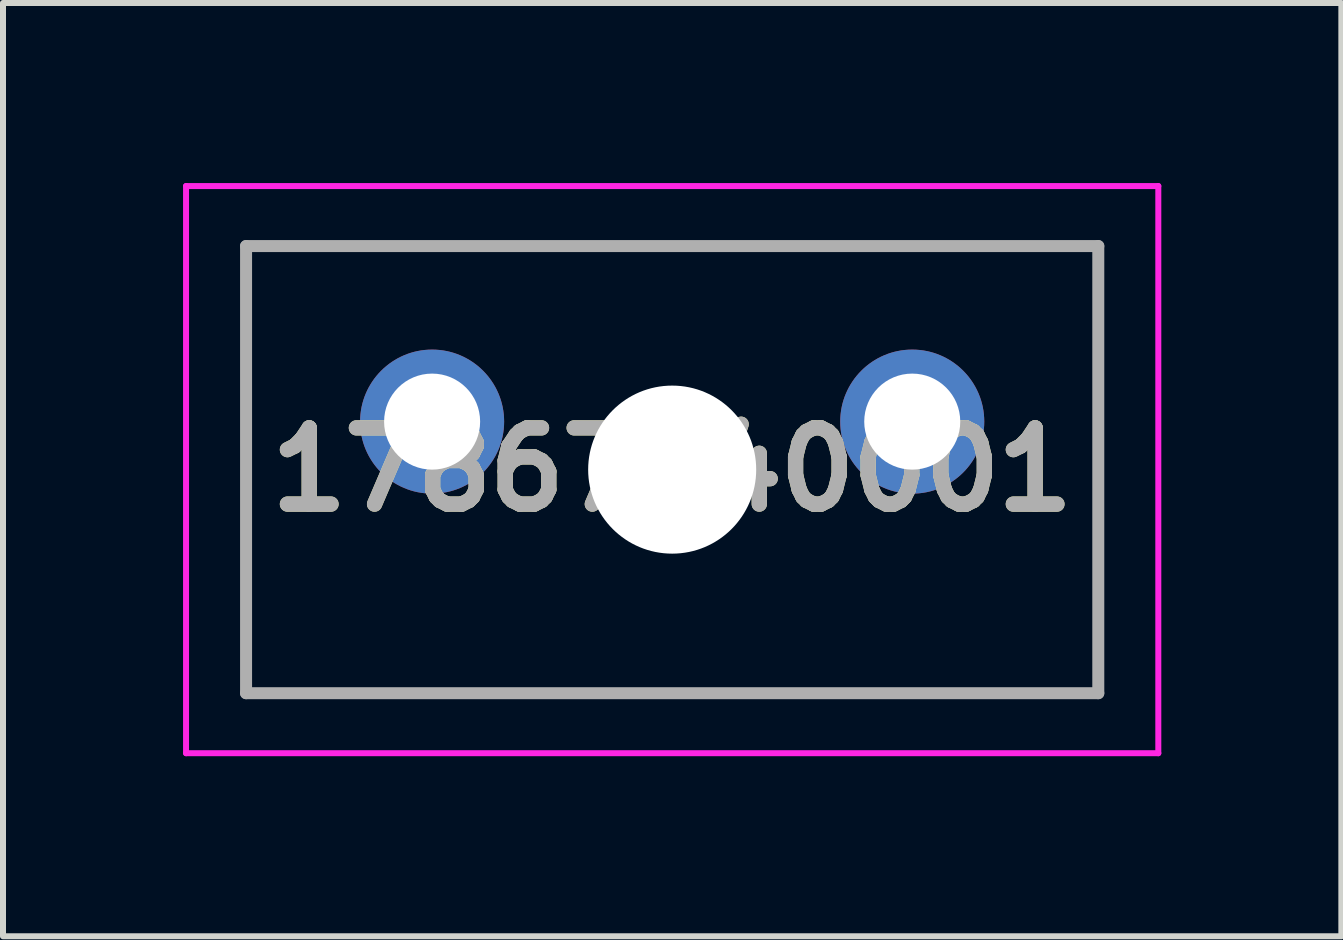
<source format=kicad_pcb>
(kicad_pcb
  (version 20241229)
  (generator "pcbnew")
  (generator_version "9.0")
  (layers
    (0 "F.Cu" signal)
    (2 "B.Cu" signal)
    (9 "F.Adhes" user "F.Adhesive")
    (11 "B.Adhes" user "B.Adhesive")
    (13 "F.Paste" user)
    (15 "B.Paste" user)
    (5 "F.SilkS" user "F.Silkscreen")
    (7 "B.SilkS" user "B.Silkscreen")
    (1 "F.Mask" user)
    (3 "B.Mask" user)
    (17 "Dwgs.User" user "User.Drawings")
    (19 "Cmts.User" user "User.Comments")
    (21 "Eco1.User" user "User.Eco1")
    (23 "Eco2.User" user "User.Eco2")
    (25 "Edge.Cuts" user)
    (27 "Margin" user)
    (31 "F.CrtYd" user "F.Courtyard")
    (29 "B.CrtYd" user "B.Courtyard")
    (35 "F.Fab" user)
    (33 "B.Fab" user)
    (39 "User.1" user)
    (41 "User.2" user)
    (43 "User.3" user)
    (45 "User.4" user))
  (footprint "17867640001"
    (layer "F.Cu")
    (at 8.15 4.775)
    (property "Reference" "17867640001" (at 0 0 0) (layer "F.SilkS") (effects (font (size 1.27 1.27) (thickness 0.254))))
    (attr through_hole)
    (fp_line (start -7.1 -3.725) (end 7.1 -3.725) (stroke (width 0.1) (type solid)) (layer "F.SilkS"))
    (fp_line (start -7.1 3.725) (end -7.1 -3.725) (stroke (width 0.1) (type solid)) (layer "F.SilkS"))
    (fp_line (start 7.1 -3.725) (end 7.1 3.725) (stroke (width 0.1) (type solid)) (layer "F.SilkS"))
    (fp_line (start 7.1 3.725) (end -7.1 3.725) (stroke (width 0.1) (type solid)) (layer "F.SilkS"))
    (fp_line (start -8.1 -4.725) (end 8.1 -4.725) (stroke (width 0.1) (type solid)) (layer "F.CrtYd"))
    (fp_line (start -8.1 4.725) (end -8.1 -4.725) (stroke (width 0.1) (type solid)) (layer "F.CrtYd"))
    (fp_line (start 8.1 -4.725) (end 8.1 4.725) (stroke (width 0.1) (type solid)) (layer "F.CrtYd"))
    (fp_line (start 8.1 4.725) (end -8.1 4.725) (stroke (width 0.1) (type solid)) (layer "F.CrtYd"))
    (fp_line (start -7.1 -3.725) (end 7.1 -3.725) (stroke (width 0.2) (type solid)) (layer "F.Fab"))
    (fp_line (start -7.1 3.725) (end -7.1 -3.725) (stroke (width 0.2) (type solid)) (layer "F.Fab"))
    (fp_line (start 7.1 -3.725) (end 7.1 3.725) (stroke (width 0.2) (type solid)) (layer "F.Fab"))
    (fp_line (start 7.1 3.725) (end -7.1 3.725) (stroke (width 0.2) (type solid)) (layer "F.Fab"))
    (fp_text user "${REFERENCE}" (at 0 0 0) (layer "F.Fab") (effects (font (size 1.27 1.27) (thickness 0.254))))
    (pad "" np_thru_hole circle (at 0 0) (size 2.8 2.8) (drill 2.8) (layers "*.Cu" "*.Mask"))
    (pad "1" thru_hole circle (at -4 -0.8) (size 2.4 2.4) (drill 1.6) (layers "*.Cu" "*.Mask"))
    (pad "2" thru_hole circle (at 4 -0.8) (size 2.4 2.4) (drill 1.6) (layers "*.Cu" "*.Mask")))
  (gr_rect
    (start -3 -3)
    (end 19.3 12.55)
    (stroke (width 0.1) (type default))
    (fill no)
    (layer "Edge.Cuts")))
</source>
